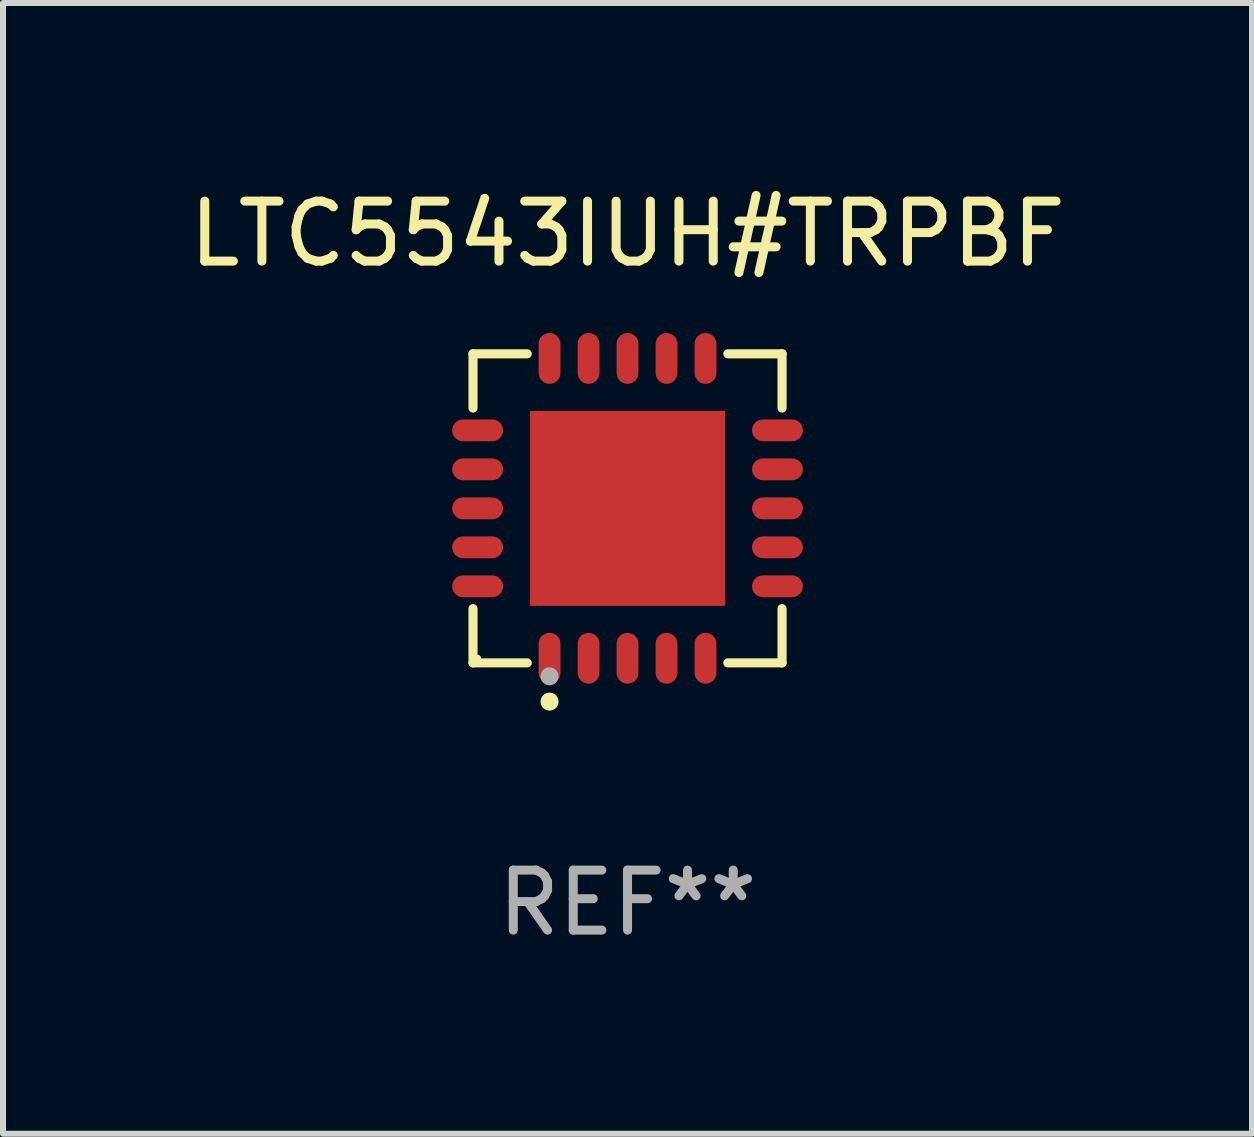
<source format=kicad_pcb>
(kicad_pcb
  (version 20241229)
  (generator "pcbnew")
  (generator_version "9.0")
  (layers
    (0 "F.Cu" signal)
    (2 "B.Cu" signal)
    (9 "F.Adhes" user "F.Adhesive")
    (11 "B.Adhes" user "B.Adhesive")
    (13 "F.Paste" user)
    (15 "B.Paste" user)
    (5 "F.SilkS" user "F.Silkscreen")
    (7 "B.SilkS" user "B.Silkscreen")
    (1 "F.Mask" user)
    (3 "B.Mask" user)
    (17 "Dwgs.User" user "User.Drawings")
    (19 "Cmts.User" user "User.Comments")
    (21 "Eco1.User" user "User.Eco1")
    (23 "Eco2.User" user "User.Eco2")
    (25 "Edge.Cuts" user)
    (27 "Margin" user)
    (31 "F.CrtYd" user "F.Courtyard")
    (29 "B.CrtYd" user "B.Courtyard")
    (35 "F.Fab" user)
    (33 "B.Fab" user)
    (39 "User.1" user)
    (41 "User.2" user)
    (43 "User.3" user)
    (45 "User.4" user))
  (footprint "LTC5543IUH#TRPBF"
    (layer "F.Cu")
    (at 7.411 5.424)
    (property "Reference" "LTC5543IUH#TRPBF" (at 0 -4.576 0) (layer "F.SilkS") (effects (font (size 1 1) (thickness 0.15))))
    (attr through_hole)
    (fp_line (start -2.576 -2.576) (end -1.672 -2.576) (stroke (width 0.152) (type solid)) (layer "F.SilkS"))
    (fp_line (start -2.576 -1.672) (end -2.576 -2.576) (stroke (width 0.152) (type solid)) (layer "F.SilkS"))
    (fp_line (start -2.576 1.672) (end -2.576 2.576) (stroke (width 0.152) (type solid)) (layer "F.SilkS"))
    (fp_line (start -2.576 2.576) (end -1.672 2.576) (stroke (width 0.152) (type solid)) (layer "F.SilkS"))
    (fp_line (start 2.576 -2.576) (end 1.672 -2.576) (stroke (width 0.152) (type solid)) (layer "F.SilkS"))
    (fp_line (start 2.576 -1.672) (end 2.576 -2.576) (stroke (width 0.152) (type solid)) (layer "F.SilkS"))
    (fp_line (start 2.576 1.672) (end 2.576 2.576) (stroke (width 0.152) (type solid)) (layer "F.SilkS"))
    (fp_line (start 2.576 2.576) (end 1.672 2.576) (stroke (width 0.152) (type solid)) (layer "F.SilkS"))
    (fp_circle (center -2.5 2.5) (end -2.47 2.5) (stroke (width 0.06) (type solid)) (fill no) (layer "F.SilkS"))
    (fp_circle (center -1.3 3.222) (end -1.225 3.222) (stroke (width 0.15) (type solid)) (fill no) (layer "F.SilkS"))
    (fp_circle (center -1.3 2.8) (end -1.225 2.8) (stroke (width 0.15) (type solid)) (fill no) (layer "F.Fab"))
    (fp_text user "REF**" (at 0 6.576 0) (layer "F.Fab") (effects (font (size 1 1) (thickness 0.15))))
    (pad "1" smd oval (at -1.3 2.499) (size 0.364 0.847) (layers "F.Cu" "F.Mask" "F.Paste"))
    (pad "2" smd oval (at -0.65 2.499) (size 0.364 0.847) (layers "F.Cu" "F.Mask" "F.Paste"))
    (pad "3" smd oval (at 0 2.499) (size 0.364 0.847) (layers "F.Cu" "F.Mask" "F.Paste"))
    (pad "4" smd oval (at 0.65 2.499) (size 0.364 0.847) (layers "F.Cu" "F.Mask" "F.Paste"))
    (pad "5" smd oval (at 1.3 2.499) (size 0.364 0.847) (layers "F.Cu" "F.Mask" "F.Paste"))
    (pad "6" smd oval (at 2.499 1.3) (size 0.847 0.364) (layers "F.Cu" "F.Mask" "F.Paste"))
    (pad "7" smd oval (at 2.499 0.65) (size 0.847 0.364) (layers "F.Cu" "F.Mask" "F.Paste"))
    (pad "8" smd oval (at 2.499 0) (size 0.847 0.364) (layers "F.Cu" "F.Mask" "F.Paste"))
    (pad "9" smd oval (at 2.499 -0.65) (size 0.847 0.364) (layers "F.Cu" "F.Mask" "F.Paste"))
    (pad "10" smd oval (at 2.499 -1.3) (size 0.847 0.364) (layers "F.Cu" "F.Mask" "F.Paste"))
    (pad "11" smd oval (at 1.3 -2.499) (size 0.364 0.847) (layers "F.Cu" "F.Mask" "F.Paste"))
    (pad "12" smd oval (at 0.65 -2.499) (size 0.364 0.847) (layers "F.Cu" "F.Mask" "F.Paste"))
    (pad "13" smd oval (at 0 -2.499) (size 0.364 0.847) (layers "F.Cu" "F.Mask" "F.Paste"))
    (pad "14" smd oval (at -0.65 -2.499) (size 0.364 0.847) (layers "F.Cu" "F.Mask" "F.Paste"))
    (pad "15" smd oval (at -1.3 -2.499) (size 0.364 0.847) (layers "F.Cu" "F.Mask" "F.Paste"))
    (pad "16" smd oval (at -2.499 -1.3) (size 0.847 0.364) (layers "F.Cu" "F.Mask" "F.Paste"))
    (pad "17" smd oval (at -2.499 -0.65) (size 0.847 0.364) (layers "F.Cu" "F.Mask" "F.Paste"))
    (pad "18" smd oval (at -2.499 0) (size 0.847 0.364) (layers "F.Cu" "F.Mask" "F.Paste"))
    (pad "19" smd oval (at -2.499 0.65) (size 0.847 0.364) (layers "F.Cu" "F.Mask" "F.Paste"))
    (pad "20" smd oval (at -2.499 1.3) (size 0.847 0.364) (layers "F.Cu" "F.Mask" "F.Paste"))
    (pad "21" smd rect (at 0 0) (size 3.25 3.25) (layers "F.Cu" "F.Mask" "F.Paste")))
  (gr_rect
    (start -3 -3)
    (end 17.821 15.849)
    (stroke (width 0.1) (type default))
    (fill no)
    (layer "Edge.Cuts")))
</source>
